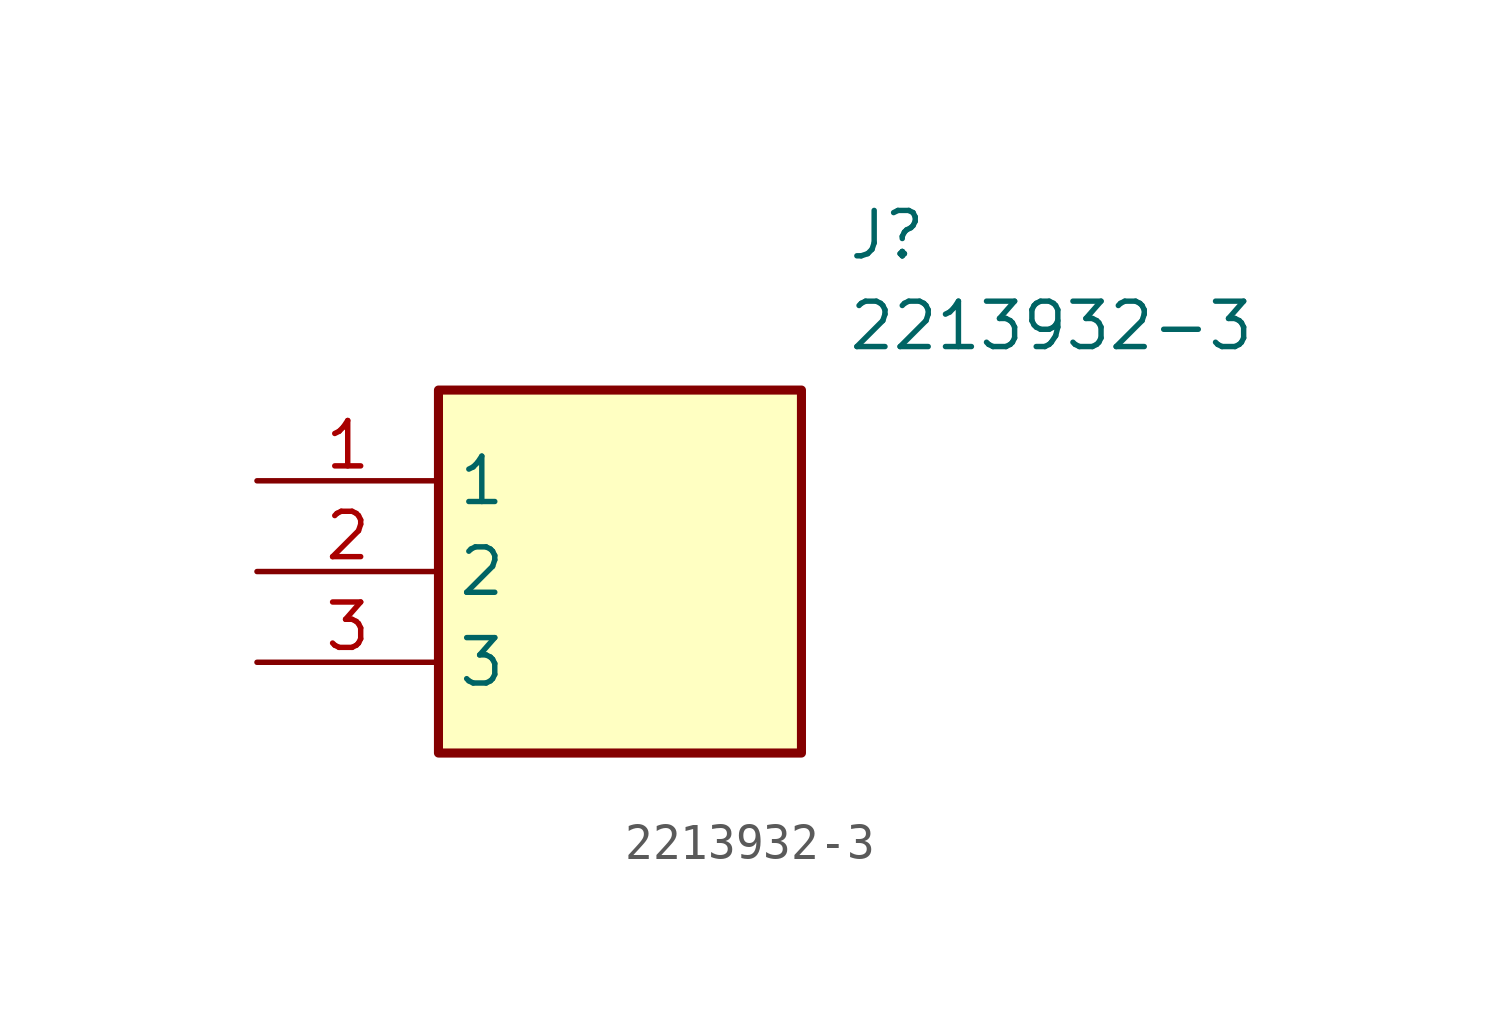
<source format=kicad_sym>
(kicad_symbol_lib
  (version 20211014)
  (generator SamacSys_ECAD_Model)
  (symbol "2213932-3"
    (property "Reference" "J"
      (at 16.51 7.62 0)
      (effects (font (size 1.27 1.27)) (justify left top)))
    (property "Value" "2213932-3"
      (at 16.51 5.08 0)
      (effects (font (size 1.27 1.27)) (justify left top)))
    (rectangle
      (start 5.08 2.54)
      (end 15.24 -7.62)
      (stroke (width 0.254) (type default))
      (fill (type background)))
    (pin passive line
      (at 0 0 0)
      (length 5.08)
      (name "1" (effects (font (size 1.27 1.27))))
      (number "1" (effects (font (size 1.27 1.27)))))
    (pin passive line
      (at 0 -2.54 0)
      (length 5.08)
      (name "2" (effects (font (size 1.27 1.27))))
      (number "2" (effects (font (size 1.27 1.27)))))
    (pin passive line
      (at 0 -5.08 0)
      (length 5.08)
      (name "3" (effects (font (size 1.27 1.27))))
      (number "3" (effects (font (size 1.27 1.27)))))))
</source>
